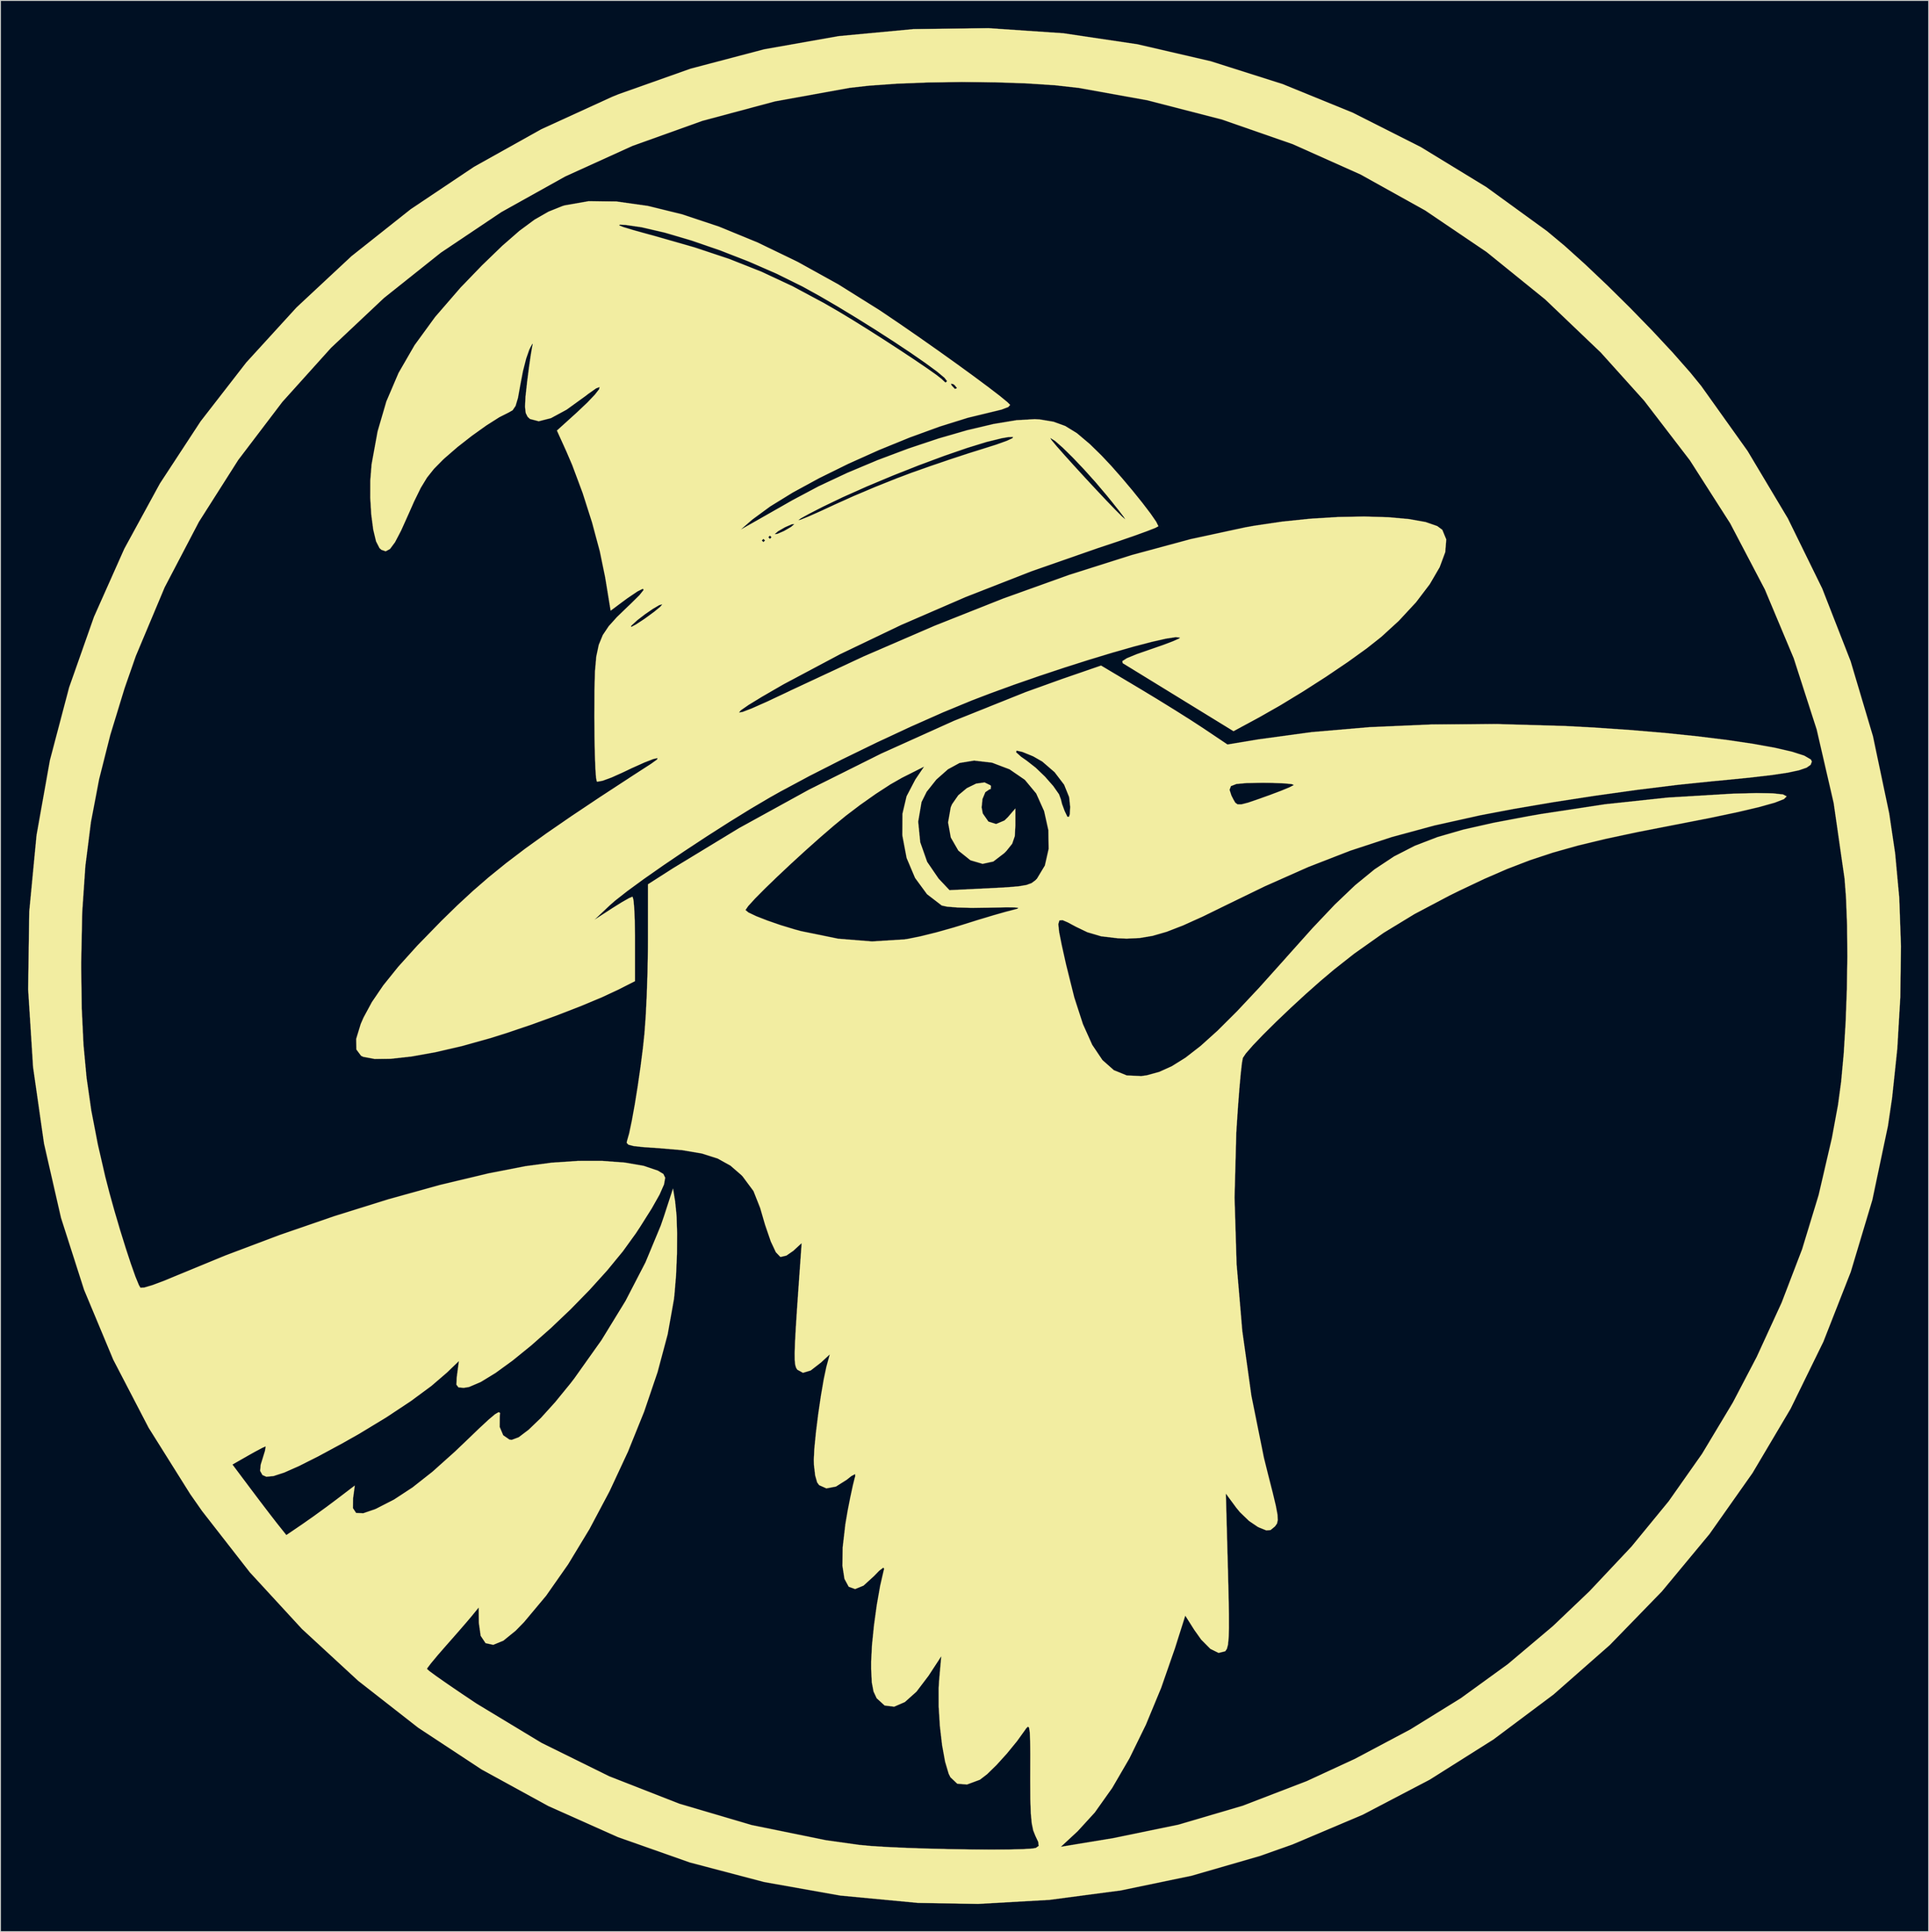
<source format=kicad_pcb>
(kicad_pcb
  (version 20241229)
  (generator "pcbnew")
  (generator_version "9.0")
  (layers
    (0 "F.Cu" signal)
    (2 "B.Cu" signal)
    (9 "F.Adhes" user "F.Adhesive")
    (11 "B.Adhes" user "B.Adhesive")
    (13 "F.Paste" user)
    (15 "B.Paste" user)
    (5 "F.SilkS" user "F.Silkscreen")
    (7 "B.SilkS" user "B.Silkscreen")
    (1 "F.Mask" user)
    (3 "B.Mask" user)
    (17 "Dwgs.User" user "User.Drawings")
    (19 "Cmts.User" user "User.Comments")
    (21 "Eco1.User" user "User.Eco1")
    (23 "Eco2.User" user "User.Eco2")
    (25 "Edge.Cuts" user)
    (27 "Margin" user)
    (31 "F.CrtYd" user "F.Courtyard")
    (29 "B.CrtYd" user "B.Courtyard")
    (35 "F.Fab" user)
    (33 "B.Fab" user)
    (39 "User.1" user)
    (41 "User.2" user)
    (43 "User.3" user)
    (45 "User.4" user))
  (footprint "turpial_logo"
    (layer "F.Cu")
    (at 101.486 101.605)
    (property "Reference" "turpial_logo" (at 0 0 0) (layer "F.SilkS") (effects (font (size 1.524 1.524) (thickness 0.3))))
    (attr through_hole)
    (fp_poly (pts (xy 2.941 -19.485) (xy 2.999 -19.403) (xy 2.966 -19.078) (xy 2.834 -19.05) (xy 2.384 -18.743) (xy 2.075 -18.001) (xy 1.982 -17.088) (xy 2.105 -16.434) (xy 2.718 -15.551) (xy 3.554 -15.289) (xy 4.464 -15.671) (xy 4.83 -16.026) (xy 5.644 -16.973) (xy 5.644 -15.154) (xy 5.581 -13.972) (xy 5.301 -13.155) (xy 4.671 -12.366) (xy 4.445 -12.136) (xy 3.253 -11.223) (xy 2.088 -10.969) (xy 0.813 -11.345) (xy 0.74 -11.382) (xy -0.542 -12.408) (xy -1.36 -13.827) (xy -1.655 -15.453) (xy -1.367 -17.099) (xy -1.226 -17.432) (xy -0.547 -18.406) (xy 0.382 -19.179) (xy 1.387 -19.669) (xy 2.297 -19.798) (xy 2.941 -19.485)) (stroke (width 0.01) (type solid)) (fill yes) (layer "F.SilkS"))
    (fp_poly (pts (xy -37.66 -82.806) (xy -34.256 -82.326) (xy -30.529 -81.412) (xy -26.537 -80.084) (xy -22.341 -78.362) (xy -18 -76.265) (xy -13.574 -73.815) (xy -9.123 -71.03) (xy -8.819 -70.828) (xy -6.846 -69.493) (xy -4.778 -68.065) (xy -2.702 -66.605) (xy -0.704 -65.178) (xy 1.129 -63.845) (xy 2.712 -62.669) (xy 3.957 -61.714) (xy 4.778 -61.041) (xy 5.076 -60.741) (xy 4.871 -60.51) (xy 4.135 -60.232) (xy 3.17 -59.999) (xy 0.482 -59.347) (xy -2.554 -58.399) (xy -5.81 -57.214) (xy -9.16 -55.849) (xy -12.477 -54.361) (xy -15.634 -52.807) (xy -18.506 -51.244) (xy -20.964 -49.731) (xy -22.883 -48.322) (xy -23.107 -48.132) (xy -24.165 -47.213) (xy -22.931 -47.911) (xy -22.368 -48.23) (xy -17.924 -48.23) (xy -17.638 -48.296) (xy -16.804 -48.633) (xy -15.448 -49.237) (xy -13.996 -49.911) (xy -11.961 -50.828) (xy -9.589 -51.831) (xy -7.213 -52.781) (xy -5.618 -53.381) (xy -3.599 -54.094) (xy -1.458 -54.824) (xy 0.534 -55.479) (xy 1.94 -55.919) (xy 3.575 -56.434) (xy 4.722 -56.847) (xy 5.342 -57.134) (xy 5.348 -57.15) (xy 9.428 -57.15) (xy 9.576 -56.912) (xy 10.119 -56.263) (xy 10.964 -55.305) (xy 12.018 -54.137) (xy 13.189 -52.86) (xy 14.384 -51.574) (xy 15.51 -50.379) (xy 16.475 -49.376) (xy 17.187 -48.664) (xy 17.552 -48.344) (xy 17.573 -48.336) (xy 17.415 -48.586) (xy 16.898 -49.262) (xy 16.114 -50.248) (xy 15.56 -50.93) (xy 14.348 -52.361) (xy 13.08 -53.77) (xy 11.858 -55.054) (xy 10.779 -56.112) (xy 9.945 -56.844) (xy 9.456 -57.147) (xy 9.428 -57.15) (xy 5.348 -57.15) (xy 5.394 -57.274) (xy 4.836 -57.244) (xy 4.176 -57.132) (xy 2.54 -56.732) (xy 0.404 -56.075) (xy -2.099 -55.212) (xy -4.835 -54.195) (xy -7.671 -53.075) (xy -10.471 -51.902) (xy -13.102 -50.73) (xy -15.258 -49.695) (xy -16.758 -48.925) (xy -17.639 -48.438) (xy -17.924 -48.23) (xy -22.368 -48.23) (xy -22.085 -48.39) (xy -20.832 -49.103) (xy -19.374 -49.932) (xy -18.552 -50.401) (xy -15.696 -51.918) (xy -12.577 -53.38) (xy -9.301 -54.754) (xy -5.973 -56.004) (xy -2.698 -57.096) (xy 0.416 -57.996) (xy 3.266 -58.669) (xy 5.746 -59.081) (xy 7.75 -59.197) (xy 8.307 -59.163) (xy 9.77 -58.919) (xy 11.054 -58.454) (xy 12.318 -57.677) (xy 13.72 -56.495) (xy 14.993 -55.249) (xy 16.042 -54.134) (xy 17.193 -52.829) (xy 18.353 -51.451) (xy 19.425 -50.12) (xy 20.314 -48.954) (xy 20.925 -48.071) (xy 21.163 -47.59) (xy 21.163 -47.582) (xy 20.845 -47.411) (xy 19.956 -47.061) (xy 18.598 -46.569) (xy 16.872 -45.972) (xy 14.879 -45.306) (xy 14.552 -45.199) (xy 7.38 -42.697) (xy 0.222 -39.899) (xy -6.751 -36.879) (xy -13.369 -33.712) (xy -19.462 -30.472) (xy -19.773 -30.296) (xy -21.856 -29.092) (xy -23.31 -28.203) (xy -24.141 -27.629) (xy -24.354 -27.375) (xy -23.953 -27.441) (xy -22.942 -27.831) (xy -21.327 -28.546) (xy -19.112 -29.588) (xy -18.697 -29.788) (xy -10.82 -33.461) (xy -3.131 -36.783) (xy 4.316 -39.736) (xy 11.465 -42.3) (xy 18.262 -44.454) (xy 24.652 -46.181) (xy 30.581 -47.46) (xy 31.574 -47.638) (xy 34.601 -48.086) (xy 37.66 -48.4) (xy 40.658 -48.583) (xy 43.5 -48.636) (xy 46.092 -48.562) (xy 48.34 -48.363) (xy 50.15 -48.041) (xy 51.427 -47.597) (xy 51.972 -47.194) (xy 52.402 -46.152) (xy 52.292 -44.776) (xy 51.682 -43.136) (xy 50.612 -41.301) (xy 49.121 -39.34) (xy 47.25 -37.324) (xy 45.351 -35.586) (xy 43.77 -34.337) (xy 41.724 -32.865) (xy 39.372 -31.275) (xy 36.873 -29.672) (xy 34.387 -28.161) (xy 32.073 -26.845) (xy 31.904 -26.754) (xy 29.315 -25.357) (xy 23.565 -28.886) (xy 21.737 -30.008) (xy 20.092 -31.017) (xy 18.736 -31.849) (xy 17.771 -32.441) (xy 17.301 -32.729) (xy 17.295 -32.732) (xy 17.252 -32.952) (xy 17.744 -33.27) (xy 18.824 -33.712) (xy 20.228 -34.201) (xy 21.639 -34.689) (xy 22.741 -35.105) (xy 23.401 -35.398) (xy 23.528 -35.504) (xy 23.043 -35.555) (xy 21.98 -35.392) (xy 20.423 -35.04) (xy 18.459 -34.525) (xy 16.172 -33.872) (xy 13.646 -33.107) (xy 10.968 -32.256) (xy 8.223 -31.344) (xy 5.494 -30.397) (xy 2.868 -29.44) (xy 0.882 -28.679) (xy -2.209 -27.401) (xy -5.708 -25.851) (xy -9.419 -24.123) (xy -13.147 -22.309) (xy -16.697 -20.505) (xy -19.873 -18.803) (xy -20.99 -18.175) (xy -23.098 -16.933) (xy -25.419 -15.5) (xy -27.846 -13.95) (xy -30.271 -12.355) (xy -32.585 -10.788) (xy -34.682 -9.321) (xy -36.453 -8.027) (xy -37.789 -6.979) (xy -38.333 -6.504) (xy -40.04 -4.898) (xy -38.105 -6.153) (xy -37.074 -6.797) (xy -36.275 -7.25) (xy -35.9 -7.408) (xy -35.8 -7.077) (xy -35.716 -6.172) (xy -35.658 -4.823) (xy -35.631 -3.162) (xy -35.631 -2.828) (xy -35.631 1.752) (xy -37.445 2.671) (xy -39.23 3.503) (xy -41.516 4.458) (xy -44.123 5.469) (xy -46.874 6.468) (xy -49.59 7.386) (xy -51.275 7.916) (xy -54.382 8.785) (xy -57.282 9.458) (xy -59.889 9.925) (xy -62.12 10.172) (xy -63.888 10.189) (xy -65.11 9.963) (xy -65.352 9.85) (xy -65.867 9.16) (xy -65.879 8) (xy -65.389 6.394) (xy -65.094 5.718) (xy -64.182 4.029) (xy -62.945 2.212) (xy -61.322 0.196) (xy -59.255 -2.095) (xy -56.684 -4.733) (xy -56.644 -4.774) (xy -54.927 -6.449) (xy -53.233 -8.015) (xy -51.488 -9.527) (xy -49.618 -11.042) (xy -47.548 -12.614) (xy -45.204 -14.299) (xy -42.512 -16.152) (xy -39.398 -18.23) (xy -35.789 -20.587) (xy -33.867 -21.828) (xy -33.234 -22.283) (xy -33.182 -22.446) (xy -33.657 -22.335) (xy -34.604 -21.966) (xy -35.969 -21.355) (xy -36.955 -20.885) (xy -38.174 -20.337) (xy -39.15 -19.982) (xy -39.714 -19.879) (xy -39.776 -19.903) (xy -39.857 -20.322) (xy -39.928 -21.334) (xy -39.984 -22.827) (xy -40.023 -24.691) (xy -40.039 -26.812) (xy -40.039 -27.104) (xy -40.029 -29.764) (xy -39.972 -31.839) (xy -39.829 -33.453) (xy -39.559 -34.727) (xy -39.123 -35.782) (xy -38.482 -36.741) (xy -38.47 -36.754) (xy -36.064 -36.754) (xy -36.031 -36.66) (xy -35.532 -36.924) (xy -34.669 -37.489) (xy -34.523 -37.59) (xy -33.553 -38.299) (xy -32.887 -38.846) (xy -32.662 -39.118) (xy -32.665 -39.123) (xy -33.005 -39.028) (xy -33.699 -38.62) (xy -34.554 -38.032) (xy -35.378 -37.398) (xy -35.979 -36.851) (xy -36.064 -36.754) (xy -38.47 -36.754) (xy -37.596 -37.725) (xy -36.425 -38.857) (xy -36.135 -39.129) (xy -35.139 -40.113) (xy -34.693 -40.675) (xy -34.776 -40.808) (xy -35.371 -40.51) (xy -36.459 -39.775) (xy -37.039 -39.348) (xy -38.272 -38.427) (xy -38.872 -42.08) (xy -39.447 -44.865) (xy -39.762 -46.038) (xy -21.872 -46.038) (xy -21.696 -45.861) (xy -21.519 -46.038) (xy -21.696 -46.214) (xy -21.872 -46.038) (xy -39.762 -46.038) (xy -39.857 -46.39) (xy -21.167 -46.39) (xy -20.99 -46.214) (xy -20.814 -46.39) (xy -20.99 -46.567) (xy -21.167 -46.39) (xy -39.857 -46.39) (xy -39.947 -46.725) (xy -20.461 -46.725) (xy -20.19 -46.748) (xy -19.524 -47.034) (xy -19.403 -47.096) (xy -18.688 -47.512) (xy -18.349 -47.801) (xy -18.344 -47.82) (xy -18.616 -47.797) (xy -19.281 -47.51) (xy -19.403 -47.449) (xy -20.117 -47.033) (xy -20.457 -46.743) (xy -20.461 -46.725) (xy -39.947 -46.725) (xy -40.288 -47.993) (xy -41.311 -51.196) (xy -42.434 -54.202) (xy -43.075 -55.698) (xy -44.101 -57.961) (xy -41.976 -59.884) (xy -40.799 -60.995) (xy -39.972 -61.866) (xy -39.521 -62.446) (xy -39.475 -62.685) (xy -39.861 -62.532) (xy -40.706 -61.937) (xy -40.957 -61.742) (xy -43.047 -60.231) (xy -44.752 -59.308) (xy -46.078 -58.971) (xy -47.027 -59.218) (xy -47.284 -59.457) (xy -47.488 -59.869) (xy -47.563 -60.551) (xy -47.51 -61.643) (xy -47.357 -63.046) (xy -1.354 -63.046) (xy -1.268 -62.849) (xy -0.913 -62.47) (xy -0.709 -62.548) (xy -0.706 -62.597) (xy -0.956 -62.896) (xy -1.113 -63.005) (xy -1.354 -63.046) (xy -47.357 -63.046) (xy -47.331 -63.287) (xy -47.329 -63.305) (xy -47.131 -64.826) (xy -46.942 -66.132) (xy -46.791 -67.029) (xy -46.739 -67.26) (xy -46.745 -67.406) (xy -46.979 -66.993) (xy -47.109 -66.722) (xy -47.441 -65.773) (xy -47.787 -64.414) (xy -48.075 -62.932) (xy -48.082 -62.888) (xy -48.334 -61.491) (xy -48.589 -60.636) (xy -48.911 -60.164) (xy -49.313 -59.934) (xy -50.363 -59.403) (xy -51.759 -58.516) (xy -53.328 -57.397) (xy -54.899 -56.169) (xy -56.299 -54.956) (xy -56.496 -54.771) (xy -57.445 -53.809) (xy -58.201 -52.86) (xy -58.883 -51.738) (xy -59.607 -50.259) (xy -60.171 -48.984) (xy -61.012 -47.115) (xy -61.674 -45.849) (xy -62.214 -45.121) (xy -62.684 -44.867) (xy -63.138 -45.023) (xy -63.351 -45.209) (xy -63.727 -45.938) (xy -64.03 -47.203) (xy -64.246 -48.836) (xy -64.359 -50.669) (xy -64.354 -52.535) (xy -64.214 -54.265) (xy -64.205 -54.33) (xy -63.562 -57.859) (xy -62.609 -61.116) (xy -61.289 -64.203) (xy -59.545 -67.221) (xy -57.32 -70.273) (xy -54.559 -73.461) (xy -52.234 -75.868) (xy -50.04 -77.988) (xy -48.171 -79.619) (xy -47.358 -80.219) (xy -37.363 -80.219) (xy -36.897 -80.028) (xy -35.834 -79.705) (xy -34.136 -79.234) (xy -33.514 -79.066) (xy -29.202 -77.833) (xy -25.398 -76.567) (xy -21.906 -75.185) (xy -18.53 -73.608) (xy -15.074 -71.755) (xy -13.516 -70.855) (xy -12.049 -69.97) (xy -10.386 -68.935) (xy -8.635 -67.821) (xy -6.905 -66.697) (xy -5.302 -65.636) (xy -3.935 -64.708) (xy -2.912 -63.985) (xy -2.34 -63.536) (xy -2.264 -63.454) (xy -1.934 -63.157) (xy -1.764 -63.321) (xy -2.053 -63.693) (xy -2.862 -64.365) (xy -4.103 -65.277) (xy -5.686 -66.374) (xy -7.522 -67.596) (xy -9.524 -68.885) (xy -11.603 -70.184) (xy -13.669 -71.435) (xy -15.635 -72.579) (xy -17.412 -73.56) (xy -17.462 -73.587) (xy -20.266 -74.973) (xy -23.307 -76.3) (xy -26.44 -77.518) (xy -29.519 -78.577) (xy -32.398 -79.425) (xy -34.932 -80.011) (xy -36.66 -80.263) (xy -37.271 -80.293) (xy -37.363 -80.219) (xy -47.358 -80.219) (xy -46.528 -80.833) (xy -45.009 -81.703) (xy -43.516 -82.301) (xy -43.255 -82.381) (xy -40.679 -82.831) (xy -37.66 -82.806)) (stroke (width 0.01) (type solid)) (fill yes) (layer "F.SilkS"))
    (fp_poly (pts (xy 10.841 -101.05) (xy 18.891 -99.853) (xy 26.836 -98.014) (xy 34.635 -95.539) (xy 42.247 -92.436) (xy 49.632 -88.708) (xy 56.751 -84.363) (xy 63.321 -79.595) (xy 65.244 -77.992) (xy 67.475 -75.983) (xy 69.889 -73.694) (xy 72.362 -71.251) (xy 74.767 -68.781) (xy 76.979 -66.408) (xy 78.872 -64.259) (xy 80.066 -62.794) (xy 85.091 -55.752) (xy 89.468 -48.427) (xy 93.197 -40.825) (xy 96.275 -32.952) (xy 98.7 -24.813) (xy 100.47 -16.412) (xy 101.108 -12.112) (xy 101.557 -7.294) (xy 101.742 -2.027) (xy 101.67 3.485) (xy 101.347 9.04) (xy 100.777 14.433) (xy 100.326 17.462) (xy 98.634 25.486) (xy 96.29 33.296) (xy 93.322 40.857) (xy 89.759 48.135) (xy 85.631 55.098) (xy 80.966 61.711) (xy 75.794 67.941) (xy 70.143 73.753) (xy 64.043 79.114) (xy 57.523 83.99) (xy 50.613 88.348) (xy 43.34 92.152) (xy 35.734 95.371) (xy 32.169 96.633) (xy 24.757 98.774) (xy 17.091 100.367) (xy 9.322 101.393) (xy 1.597 101.83) (xy -4.939 101.718) (xy -13.367 100.92) (xy -21.625 99.451) (xy -29.678 97.331) (xy -37.492 94.578) (xy -45.033 91.212) (xy -52.265 87.252) (xy -59.155 82.718) (xy -65.668 77.63) (xy -71.769 72.006) (xy -77.424 65.865) (xy -82.599 59.228) (xy -83.891 57.381) (xy -88.406 50.185) (xy -92.244 42.804) (xy -95.412 35.22) (xy -97.914 27.414) (xy -99.756 19.37) (xy -100.945 11.07) (xy -101.481 2.646) (xy -101.44 -0.263) (xy -95.729 -0.263) (xy -95.729 0.353) (xy -95.666 4.744) (xy -95.477 8.643) (xy -95.141 12.255) (xy -94.631 15.786) (xy -93.926 19.442) (xy -93.123 22.931) (xy -92.656 24.745) (xy -92.103 26.726) (xy -91.506 28.748) (xy -90.903 30.684) (xy -90.337 32.407) (xy -89.845 33.791) (xy -89.47 34.709) (xy -89.297 35.007) (xy -88.891 34.985) (xy -87.993 34.72) (xy -86.754 34.259) (xy -85.853 33.884) (xy -80.088 31.509) (xy -74.169 29.278) (xy -68.226 27.231) (xy -62.386 25.409) (xy -56.777 23.852) (xy -51.528 22.601) (xy -47.514 21.82) (xy -44.669 21.438) (xy -41.844 21.25) (xy -39.16 21.249) (xy -36.737 21.428) (xy -34.695 21.782) (xy -33.154 22.302) (xy -32.554 22.664) (xy -32.356 23.075) (xy -32.482 23.798) (xy -32.96 24.887) (xy -33.815 26.401) (xy -35.073 28.395) (xy -35.53 29.09) (xy -36.941 31.044) (xy -38.648 33.121) (xy -40.574 35.25) (xy -42.641 37.362) (xy -44.771 39.387) (xy -46.887 41.255) (xy -48.912 42.898) (xy -50.766 44.244) (xy -52.373 45.226) (xy -53.656 45.771) (xy -54.221 45.861) (xy -54.785 45.808) (xy -55.007 45.518) (xy -54.981 44.796) (xy -54.931 44.405) (xy -54.736 42.95) (xy -56.031 44.196) (xy -57.727 45.653) (xy -59.961 47.3) (xy -62.618 49.06) (xy -65.582 50.855) (xy -67.398 51.881) (xy -70.018 53.294) (xy -72.099 54.341) (xy -73.693 55.045) (xy -74.852 55.425) (xy -75.628 55.502) (xy -76.054 55.318) (xy -76.308 54.865) (xy -76.245 54.191) (xy -76.04 53.534) (xy -75.783 52.705) (xy -75.704 52.245) (xy -75.725 52.211) (xy -76.087 52.372) (xy -76.866 52.786) (xy -77.593 53.194) (xy -79.314 54.177) (xy -77.316 56.841) (xy -76.313 58.171) (xy -75.353 59.429) (xy -74.596 60.407) (xy -74.391 60.667) (xy -73.464 61.829) (xy -71.745 60.661) (xy -70.513 59.798) (xy -69.08 58.759) (xy -68.032 57.975) (xy -66.038 56.456) (xy -66.226 57.855) (xy -66.242 58.902) (xy -65.896 59.429) (xy -65.125 59.464) (xy -63.868 59.034) (xy -63.707 58.964) (xy -61.772 57.973) (xy -59.773 56.663) (xy -57.608 54.959) (xy -55.179 52.786) (xy -54.062 51.722) (xy -52.569 50.288) (xy -51.509 49.305) (xy -50.818 48.724) (xy -50.429 48.498) (xy -50.278 48.577) (xy -50.3 48.915) (xy -50.305 48.945) (xy -50.317 50.095) (xy -49.932 51.004) (xy -49.25 51.477) (xy -49.009 51.506) (xy -48.25 51.22) (xy -47.171 50.404) (xy -45.835 49.121) (xy -44.306 47.432) (xy -42.646 45.4) (xy -42.218 44.845) (xy -39.261 40.682) (xy -36.659 36.438) (xy -34.489 32.248) (xy -32.827 28.25) (xy -32.485 27.251) (xy -31.505 24.245) (xy -31.279 25.616) (xy -31.127 27.115) (xy -31.061 29.097) (xy -31.078 31.343) (xy -31.175 33.638) (xy -31.351 35.762) (xy -31.409 36.264) (xy -32.087 40.054) (xy -33.182 44.149) (xy -34.636 48.43) (xy -36.392 52.776) (xy -38.391 57.067) (xy -40.577 61.183) (xy -42.892 65.003) (xy -45.279 68.407) (xy -47.679 71.274) (xy -48.583 72.199) (xy -49.917 73.28) (xy -51.014 73.728) (xy -51.844 73.548) (xy -52.375 72.749) (xy -52.575 71.337) (xy -52.576 71.279) (xy -52.587 69.674) (xy -53.305 70.556) (xy -53.87 71.225) (xy -54.745 72.236) (xy -55.771 73.404) (xy -56.116 73.794) (xy -57.045 74.86) (xy -57.762 75.722) (xy -58.161 76.249) (xy -58.208 76.343) (xy -57.929 76.59) (xy -57.151 77.159) (xy -55.969 77.985) (xy -54.475 79.003) (xy -52.838 80.099) (xy -45.773 84.366) (xy -38.424 87.991) (xy -30.816 90.965) (xy -22.978 93.277) (xy -14.934 94.917) (xy -11.289 95.43) (xy -9.986 95.55) (xy -8.239 95.658) (xy -6.169 95.752) (xy -3.891 95.828) (xy -1.525 95.886) (xy 0.811 95.923) (xy 3 95.937) (xy 4.924 95.927) (xy 6.463 95.889) (xy 7.501 95.823) (xy 7.87 95.756) (xy 8.175 95.537) (xy 8.126 95.105) (xy 7.811 94.433) (xy 7.582 93.856) (xy 7.421 93.082) (xy 7.32 91.991) (xy 7.268 90.465) (xy 7.255 88.386) (xy 7.257 87.692) (xy 7.262 85.6) (xy 7.249 84.13) (xy 7.209 83.196) (xy 7.132 82.715) (xy 7.009 82.602) (xy 6.83 82.772) (xy 6.728 82.92) (xy 5.821 84.18) (xy 4.732 85.511) (xy 3.606 86.754) (xy 2.586 87.751) (xy 1.817 88.342) (xy 1.772 88.367) (xy 0.384 88.88) (xy -0.662 88.791) (xy -1.401 88.093) (xy -1.589 87.715) (xy -1.978 86.411) (xy -2.303 84.618) (xy -2.544 82.549) (xy -2.677 80.421) (xy -2.68 78.448) (xy -2.629 77.611) (xy -2.393 74.965) (xy -3.784 77.091) (xy -5.088 78.809) (xy -6.344 79.931) (xy -7.508 80.439) (xy -8.538 80.313) (xy -9.39 79.537) (xy -9.417 79.496) (xy -9.746 78.791) (xy -9.933 77.808) (xy -10.002 76.373) (xy -10.002 75.528) (xy -9.913 73.752) (xy -9.697 71.625) (xy -9.39 69.402) (xy -9.028 67.337) (xy -8.646 65.684) (xy -8.589 65.486) (xy -8.683 65.354) (xy -9.134 65.694) (xy -9.705 66.28) (xy -10.831 67.306) (xy -11.746 67.68) (xy -12.439 67.428) (xy -12.902 66.574) (xy -13.123 65.144) (xy -13.093 63.163) (xy -12.803 60.654) (xy -12.548 59.165) (xy -12.261 57.705) (xy -11.993 56.462) (xy -11.788 55.636) (xy -11.736 55.473) (xy -11.739 55.209) (xy -12.158 55.43) (xy -12.657 55.827) (xy -13.825 56.564) (xy -14.862 56.762) (xy -15.647 56.412) (xy -15.863 56.115) (xy -16.078 55.368) (xy -16.209 54.247) (xy -16.228 53.643) (xy -16.164 52.398) (xy -15.995 50.684) (xy -15.749 48.725) (xy -15.459 46.743) (xy -15.155 44.963) (xy -14.867 43.607) (xy -14.82 43.427) (xy -14.492 42.228) (xy -15.448 43.111) (xy -16.563 43.974) (xy -17.402 44.228) (xy -18.017 43.891) (xy -18.149 43.682) (xy -18.243 43.369) (xy -18.295 42.871) (xy -18.304 42.107) (xy -18.269 40.998) (xy -18.186 39.464) (xy -18.055 37.424) (xy -17.874 34.798) (xy -17.771 33.337) (xy -17.546 30.162) (xy -18.456 31.001) (xy -19.2 31.513) (xy -19.818 31.66) (xy -19.875 31.644) (xy -20.343 31.152) (xy -20.889 29.995) (xy -21.519 28.162) (xy -22.041 26.364) (xy -22.771 24.518) (xy -23.95 22.93) (xy -24.089 22.784) (xy -25.274 21.757) (xy -26.657 20.991) (xy -28.366 20.446) (xy -30.527 20.08) (xy -33.09 19.861) (xy -34.73 19.751) (xy -35.775 19.637) (xy -36.339 19.492) (xy -36.531 19.292) (xy -36.496 19.084) (xy -36.261 18.262) (xy -35.971 16.89) (xy -35.652 15.122) (xy -35.328 13.109) (xy -35.024 11.005) (xy -34.765 8.96) (xy -34.601 7.408) (xy -34.467 5.588) (xy -34.354 3.305) (xy -34.271 0.802) (xy -34.226 -1.679) (xy -34.221 -2.7) (xy -34.22 -5.956) (xy -23.636 -5.956) (xy -23.322 -5.692) (xy -22.481 -5.293) (xy -21.264 -4.816) (xy -19.823 -4.319) (xy -18.31 -3.859) (xy -17.609 -3.67) (xy -13.59 -2.85) (xy -9.906 -2.554) (xy -6.428 -2.772) (xy -5.997 -2.836) (xy -4.657 -3.106) (xy -2.921 -3.537) (xy -1.06 -4.059) (xy 0 -4.386) (xy 1.702 -4.919) (xy 3.333 -5.408) (xy 4.67 -5.786) (xy 5.292 -5.946) (xy 5.858 -6.098) (xy 5.976 -6.195) (xy 5.584 -6.244) (xy 4.622 -6.25) (xy 3.029 -6.221) (xy 2.597 -6.21) (xy 0.853 -6.195) (xy -0.66 -6.237) (xy -1.783 -6.327) (xy -2.342 -6.45) (xy -3.942 -7.679) (xy -5.237 -9.441) (xy -6.152 -11.6) (xy -6.613 -14.023) (xy -6.622 -14.149) (xy -6.613 -15.547) (xy -4.901 -15.547) (xy -4.681 -13.312) (xy -3.93 -11.184) (xy -2.694 -9.376) (xy -2.654 -9.333) (xy -1.505 -8.115) (xy 2.863 -8.326) (xy 4.713 -8.425) (xy 5.995 -8.532) (xy 6.846 -8.675) (xy 7.405 -8.88) (xy 7.808 -9.176) (xy 7.992 -9.365) (xy 8.846 -10.782) (xy 9.258 -12.585) (xy 9.231 -14.61) (xy 8.765 -16.695) (xy 7.908 -18.6) (xy 6.677 -20.082) (xy 5.015 -21.222) (xy 3.113 -21.943) (xy 1.162 -22.17) (xy -0.419 -21.909) (xy -1.67 -21.228) (xy -2.933 -20.111) (xy -3.982 -18.79) (xy -4.539 -17.674) (xy -4.901 -15.547) (xy -6.613 -15.547) (xy -6.607 -16.397) (xy -6.157 -18.299) (xy -5.21 -20.109) (xy -5.105 -20.266) (xy -4.256 -21.517) (xy -6.68 -20.296) (xy -7.929 -19.582) (xy -9.51 -18.554) (xy -11.215 -17.352) (xy -12.754 -16.184) (xy -14.048 -15.122) (xy -15.527 -13.847) (xy -17.105 -12.443) (xy -18.69 -10.992) (xy -20.195 -9.579) (xy -21.531 -8.287) (xy -22.609 -7.2) (xy -23.339 -6.4) (xy -23.634 -5.973) (xy -23.636 -5.956) (xy -34.22 -5.956) (xy -34.219 -8.752) (xy -31.485 -10.501) (xy -24.339 -14.841) (xy -16.757 -19.01) (xy -8.925 -22.917) (xy -8.592 -23.067) (xy 5.722 -23.067) (xy 6.279 -22.57) (xy 6.861 -22.164) (xy 7.851 -21.391) (xy 8.865 -20.415) (xy 9.756 -19.401) (xy 10.377 -18.515) (xy 10.583 -17.962) (xy 10.706 -17.465) (xy 10.992 -16.692) (xy 11.289 -16.074) (xy 11.466 -16.074) (xy 11.553 -16.351) (xy 11.596 -17.144) (xy 11.489 -18.166) (xy 11.481 -18.211) (xy 11.162 -18.999) (xy 28.884 -18.999) (xy 29.091 -18.368) (xy 29.311 -17.935) (xy 29.51 -17.598) (xy 29.755 -17.42) (xy 30.178 -17.419) (xy 30.909 -17.609) (xy 32.079 -18.009) (xy 33.249 -18.429) (xy 34.455 -18.882) (xy 35.387 -19.269) (xy 35.855 -19.511) (xy 35.866 -19.52) (xy 35.64 -19.618) (xy 34.843 -19.695) (xy 33.612 -19.744) (xy 32.514 -19.756) (xy 30.766 -19.733) (xy 29.636 -19.632) (xy 29.037 -19.404) (xy 28.884 -18.999) (xy 11.162 -18.999) (xy 10.937 -19.555) (xy 9.905 -20.909) (xy 8.567 -22.064) (xy 7.588 -22.625) (xy 6.401 -23.111) (xy 5.771 -23.253) (xy 5.722 -23.067) (xy -8.592 -23.067) (xy -1.028 -26.474) (xy 6.748 -29.589) (xy 10.734 -31.022) (xy 14.942 -32.472) (xy 19.201 -29.935) (xy 21.041 -28.823) (xy 22.936 -27.653) (xy 24.668 -26.561) (xy 26.018 -25.682) (xy 26.06 -25.654) (xy 28.66 -23.91) (xy 32.057 -24.474) (xy 37.794 -25.255) (xy 44.088 -25.794) (xy 50.833 -26.087) (xy 57.923 -26.131) (xy 65.251 -25.921) (xy 68.439 -25.753) (xy 72.405 -25.482) (xy 76.171 -25.161) (xy 79.677 -24.799) (xy 82.865 -24.405) (xy 85.676 -23.989) (xy 88.05 -23.56) (xy 89.929 -23.127) (xy 91.254 -22.698) (xy 91.966 -22.285) (xy 92.075 -22.062) (xy 91.942 -21.711) (xy 91.501 -21.401) (xy 90.689 -21.121) (xy 89.444 -20.856) (xy 87.703 -20.596) (xy 85.403 -20.328) (xy 82.482 -20.038) (xy 81.372 -19.936) (xy 77.479 -19.533) (xy 73.131 -18.996) (xy 68.561 -18.358) (xy 64.001 -17.655) (xy 59.682 -16.92) (xy 56.102 -16.24) (xy 51.12 -15.132) (xy 46.469 -13.871) (xy 41.968 -12.392) (xy 37.437 -10.632) (xy 32.693 -8.527) (xy 28.661 -6.569) (xy 26.009 -5.271) (xy 23.846 -4.294) (xy 22.055 -3.601) (xy 20.515 -3.156) (xy 19.108 -2.922) (xy 17.715 -2.862) (xy 16.752 -2.9) (xy 14.95 -3.112) (xy 13.46 -3.552) (xy 12.226 -4.143) (xy 11.361 -4.609) (xy 10.766 -4.865) (xy 10.419 -4.832) (xy 10.301 -4.43) (xy 10.39 -3.58) (xy 10.665 -2.203) (xy 11.106 -0.22) (xy 11.146 -0.042) (xy 12.034 3.516) (xy 12.971 6.406) (xy 13.982 8.661) (xy 15.095 10.317) (xy 16.333 11.411) (xy 17.725 11.977) (xy 19.295 12.051) (xy 19.924 11.961) (xy 21.247 11.6) (xy 22.624 10.979) (xy 24.106 10.055) (xy 25.744 8.784) (xy 27.59 7.123) (xy 29.694 5.028) (xy 32.11 2.455) (xy 34.887 -0.639) (xy 35.159 -0.948) (xy 37.891 -3.998) (xy 40.307 -6.545) (xy 42.516 -8.65) (xy 44.626 -10.374) (xy 46.746 -11.778) (xy 48.984 -12.923) (xy 51.449 -13.87) (xy 54.25 -14.68) (xy 57.494 -15.413) (xy 61.292 -16.131) (xy 62.618 -16.363) (xy 69.633 -17.431) (xy 76.422 -18.155) (xy 83.353 -18.572) (xy 83.577 -18.581) (xy 86.065 -18.643) (xy 87.854 -18.614) (xy 88.946 -18.495) (xy 89.341 -18.287) (xy 89.041 -17.99) (xy 88.047 -17.605) (xy 86.359 -17.132) (xy 83.98 -16.572) (xy 80.909 -15.926) (xy 77.216 -15.207) (xy 73.179 -14.42) (xy 69.714 -13.682) (xy 66.693 -12.954) (xy 63.99 -12.194) (xy 61.475 -11.363) (xy 59.023 -10.421) (xy 56.504 -9.328) (xy 53.792 -8.044) (xy 52.74 -7.525) (xy 48.959 -5.529) (xy 45.604 -3.488) (xy 42.41 -1.23) (xy 40.223 0.492) (xy 38.735 1.747) (xy 37.13 3.169) (xy 35.503 4.668) (xy 33.946 6.152) (xy 32.555 7.529) (xy 31.425 8.708) (xy 30.648 9.599) (xy 30.331 10.075) (xy 30.226 10.641) (xy 30.096 11.793) (xy 29.95 13.416) (xy 29.799 15.391) (xy 29.653 17.602) (xy 29.617 18.203) (xy 29.428 25.216) (xy 29.65 32.436) (xy 30.266 39.67) (xy 31.257 46.726) (xy 32.606 53.41) (xy 33.068 55.275) (xy 33.57 57.238) (xy 33.903 58.635) (xy 34.082 59.58) (xy 34.121 60.189) (xy 34.034 60.577) (xy 33.836 60.858) (xy 33.775 60.921) (xy 33.328 61.286) (xy 32.867 61.315) (xy 32.108 61.012) (xy 31.943 60.933) (xy 30.995 60.29) (xy 30.001 59.33) (xy 29.598 58.836) (xy 28.484 57.326) (xy 28.712 65.656) (xy 28.78 68.339) (xy 28.818 70.402) (xy 28.821 71.93) (xy 28.787 73.009) (xy 28.713 73.725) (xy 28.597 74.161) (xy 28.434 74.405) (xy 28.407 74.429) (xy 27.695 74.605) (xy 26.807 74.168) (xy 25.813 73.167) (xy 25.071 72.124) (xy 24.081 70.563) (xy 22.954 74.118) (xy 21.464 78.393) (xy 19.804 82.397) (xy 18.019 86.043) (xy 16.156 89.244) (xy 14.26 91.914) (xy 12.404 93.944) (xy 10.578 95.636) (xy 11.727 95.445) (xy 12.585 95.303) (xy 13.911 95.084) (xy 15.48 94.826) (xy 16.228 94.704) (xy 23.334 93.239) (xy 30.311 91.187) (xy 37.268 88.512) (xy 42.51 86.09) (xy 48.516 82.903) (xy 53.985 79.521) (xy 59.084 75.827) (xy 63.977 71.702) (xy 67.933 67.933) (xy 72.498 63.086) (xy 76.535 58.167) (xy 80.163 53.012) (xy 83.5 47.456) (xy 86.09 42.51) (xy 88.803 36.606) (xy 91.021 30.823) (xy 92.815 24.94) (xy 94.257 18.734) (xy 94.914 15.169) (xy 95.255 12.659) (xy 95.532 9.621) (xy 95.739 6.23) (xy 95.873 2.661) (xy 95.927 -0.911) (xy 95.898 -4.311) (xy 95.778 -7.363) (xy 95.622 -9.375) (xy 94.444 -17.565) (xy 92.601 -25.54) (xy 90.107 -33.272) (xy 86.974 -40.733) (xy 83.216 -47.894) (xy 78.845 -54.727) (xy 73.876 -61.202) (xy 69.176 -66.421) (xy 63.137 -72.185) (xy 56.785 -77.322) (xy 50.111 -81.836) (xy 43.103 -85.734) (xy 35.749 -89.02) (xy 28.04 -91.7) (xy 19.965 -93.78) (xy 12.524 -95.122) (xy 9.959 -95.408) (xy 6.869 -95.61) (xy 3.432 -95.729) (xy -0.178 -95.763) (xy -3.783 -95.713) (xy -7.207 -95.579) (xy -10.275 -95.361) (xy -12.329 -95.129) (xy -20.446 -93.659) (xy -28.315 -91.551) (xy -35.906 -88.832) (xy -43.187 -85.526) (xy -50.129 -81.658) (xy -56.702 -77.253) (xy -62.874 -72.337) (xy -68.615 -66.935) (xy -73.896 -61.072) (xy -78.685 -54.773) (xy -82.952 -48.063) (xy -86.667 -40.967) (xy -89.8 -33.511) (xy -91.019 -30.02) (xy -92.575 -24.933) (xy -93.782 -20.154) (xy -94.672 -15.491) (xy -95.272 -10.75) (xy -95.615 -5.739) (xy -95.729 -0.263) (xy -101.44 -0.263) (xy -101.361 -5.798) (xy -100.566 -14.092) (xy -99.116 -22.204) (xy -97.031 -30.104) (xy -94.333 -37.761) (xy -91.042 -45.144) (xy -87.177 -52.222) (xy -82.76 -58.964) (xy -77.811 -65.34) (xy -72.349 -71.318) (xy -66.396 -76.868) (xy -59.972 -81.959) (xy -53.097 -86.559) (xy -45.792 -90.638) (xy -38.077 -94.166) (xy -37.423 -94.431) (xy -29.586 -97.207) (xy -21.612 -99.306) (xy -13.542 -100.734) (xy -5.416 -101.497) (xy 2.725 -101.6) (xy 10.841 -101.05)) (stroke (width 0.01) (type solid)) (fill yes) (layer "F.SilkS")))
  (gr_rect
    (start -3 -3)
    (end 206.234 206.44)
    (stroke (width 0.1) (type default))
    (fill no)
    (layer "Edge.Cuts")))
</source>
